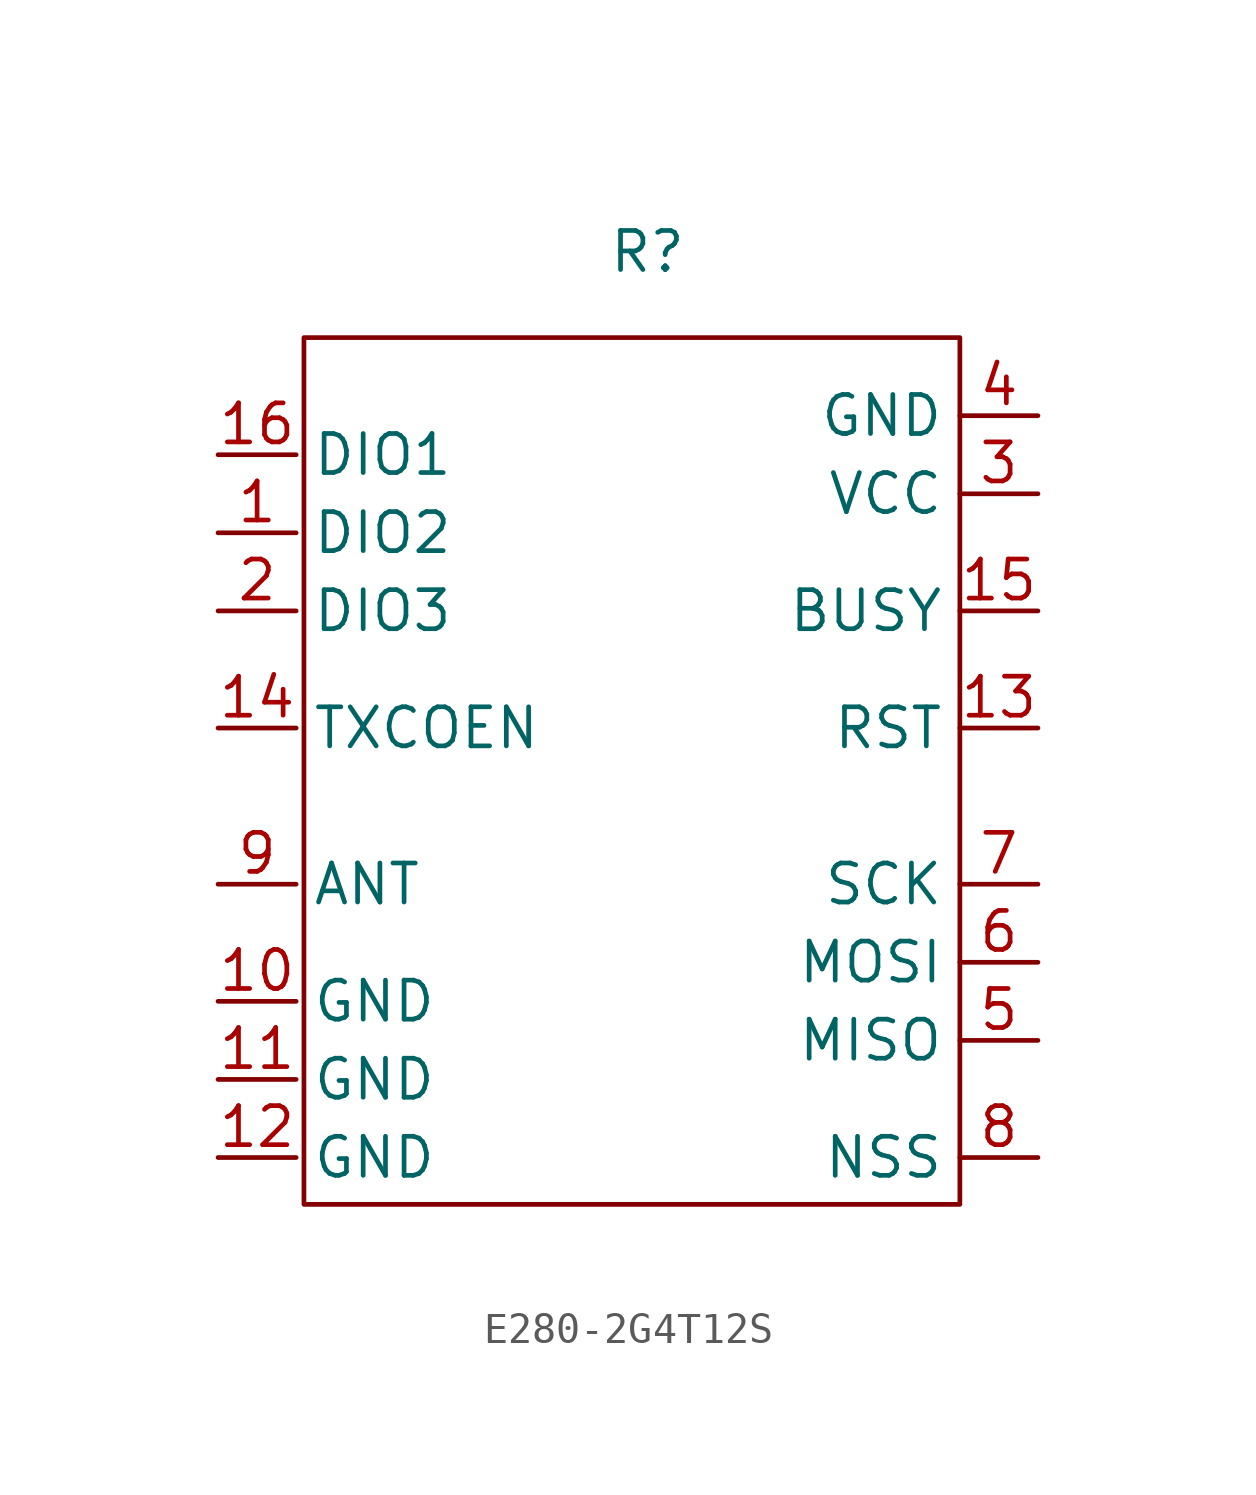
<source format=kicad_sym>
(kicad_symbol_lib
  (version 20231120)
  (generator "kicad_symbol_editor")
  (generator_version "8.0")
  (symbol "E280-2G4T12S"
    (property "Reference" "R"
      (at 0 2.794 0)
      (effects (font (size 1.27 1.27))))
    (property "Value" ""
      (at 0 0 0)
      (effects (font (size 1.27 1.27))))
    (symbol "E280-2G4T12S_1_1"
      (rectangle (start -11.176 0) (end 10.16 -28.194) (stroke (width 0) (type default)) (fill (type none)))
      (pin input line (at -13.97 -6.35 0) (length 2.54) (name "DIO2" (effects (font (size 1.27 1.27)))) (number "1" (effects (font (size 1.27 1.27)))))
      (pin power_in line (at -13.97 -21.59 0) (length 2.54) (name "GND" (effects (font (size 1.27 1.27)))) (number "10" (effects (font (size 1.27 1.27)))))
      (pin power_in line (at -13.97 -24.13 0) (length 2.54) (name "GND" (effects (font (size 1.27 1.27)))) (number "11" (effects (font (size 1.27 1.27)))))
      (pin power_in line (at -13.97 -26.67 0) (length 2.54) (name "GND" (effects (font (size 1.27 1.27)))) (number "12" (effects (font (size 1.27 1.27)))))
      (pin input line (at 12.7 -12.7 180) (length 2.54) (name "RST" (effects (font (size 1.27 1.27)))) (number "13" (effects (font (size 1.27 1.27)))))
      (pin input line (at -13.97 -12.7 0) (length 2.54) (name "TXCOEN" (effects (font (size 1.27 1.27)))) (number "14" (effects (font (size 1.27 1.27)))))
      (pin output line (at 12.7 -8.89 180) (length 2.54) (name "BUSY" (effects (font (size 1.27 1.27)))) (number "15" (effects (font (size 1.27 1.27)))))
      (pin input line (at -13.97 -3.81 0) (length 2.54) (name "DIO1" (effects (font (size 1.27 1.27)))) (number "16" (effects (font (size 1.27 1.27)))))
      (pin input line (at -13.97 -8.89 0) (length 2.54) (name "DIO3" (effects (font (size 1.27 1.27)))) (number "2" (effects (font (size 1.27 1.27)))))
      (pin power_in line (at 12.7 -5.08 180) (length 2.54) (name "VCC" (effects (font (size 1.27 1.27)))) (number "3" (effects (font (size 1.27 1.27)))))
      (pin power_in line (at 12.7 -2.54 180) (length 2.54) (name "GND" (effects (font (size 1.27 1.27)))) (number "4" (effects (font (size 1.27 1.27)))))
      (pin output line (at 12.7 -22.86 180) (length 2.54) (name "MISO" (effects (font (size 1.27 1.27)))) (number "5" (effects (font (size 1.27 1.27)))))
      (pin input line (at 12.7 -20.32 180) (length 2.54) (name "MOSI" (effects (font (size 1.27 1.27)))) (number "6" (effects (font (size 1.27 1.27)))))
      (pin input line (at 12.7 -17.78 180) (length 2.54) (name "SCK" (effects (font (size 1.27 1.27)))) (number "7" (effects (font (size 1.27 1.27)))))
      (pin output line (at 12.7 -26.67 180) (length 2.54) (name "NSS" (effects (font (size 1.27 1.27)))) (number "8" (effects (font (size 1.27 1.27)))))
      (pin output line (at -13.97 -17.78 0) (length 2.54) (name "ANT" (effects (font (size 1.27 1.27)))) (number "9" (effects (font (size 1.27 1.27))))))))
</source>
